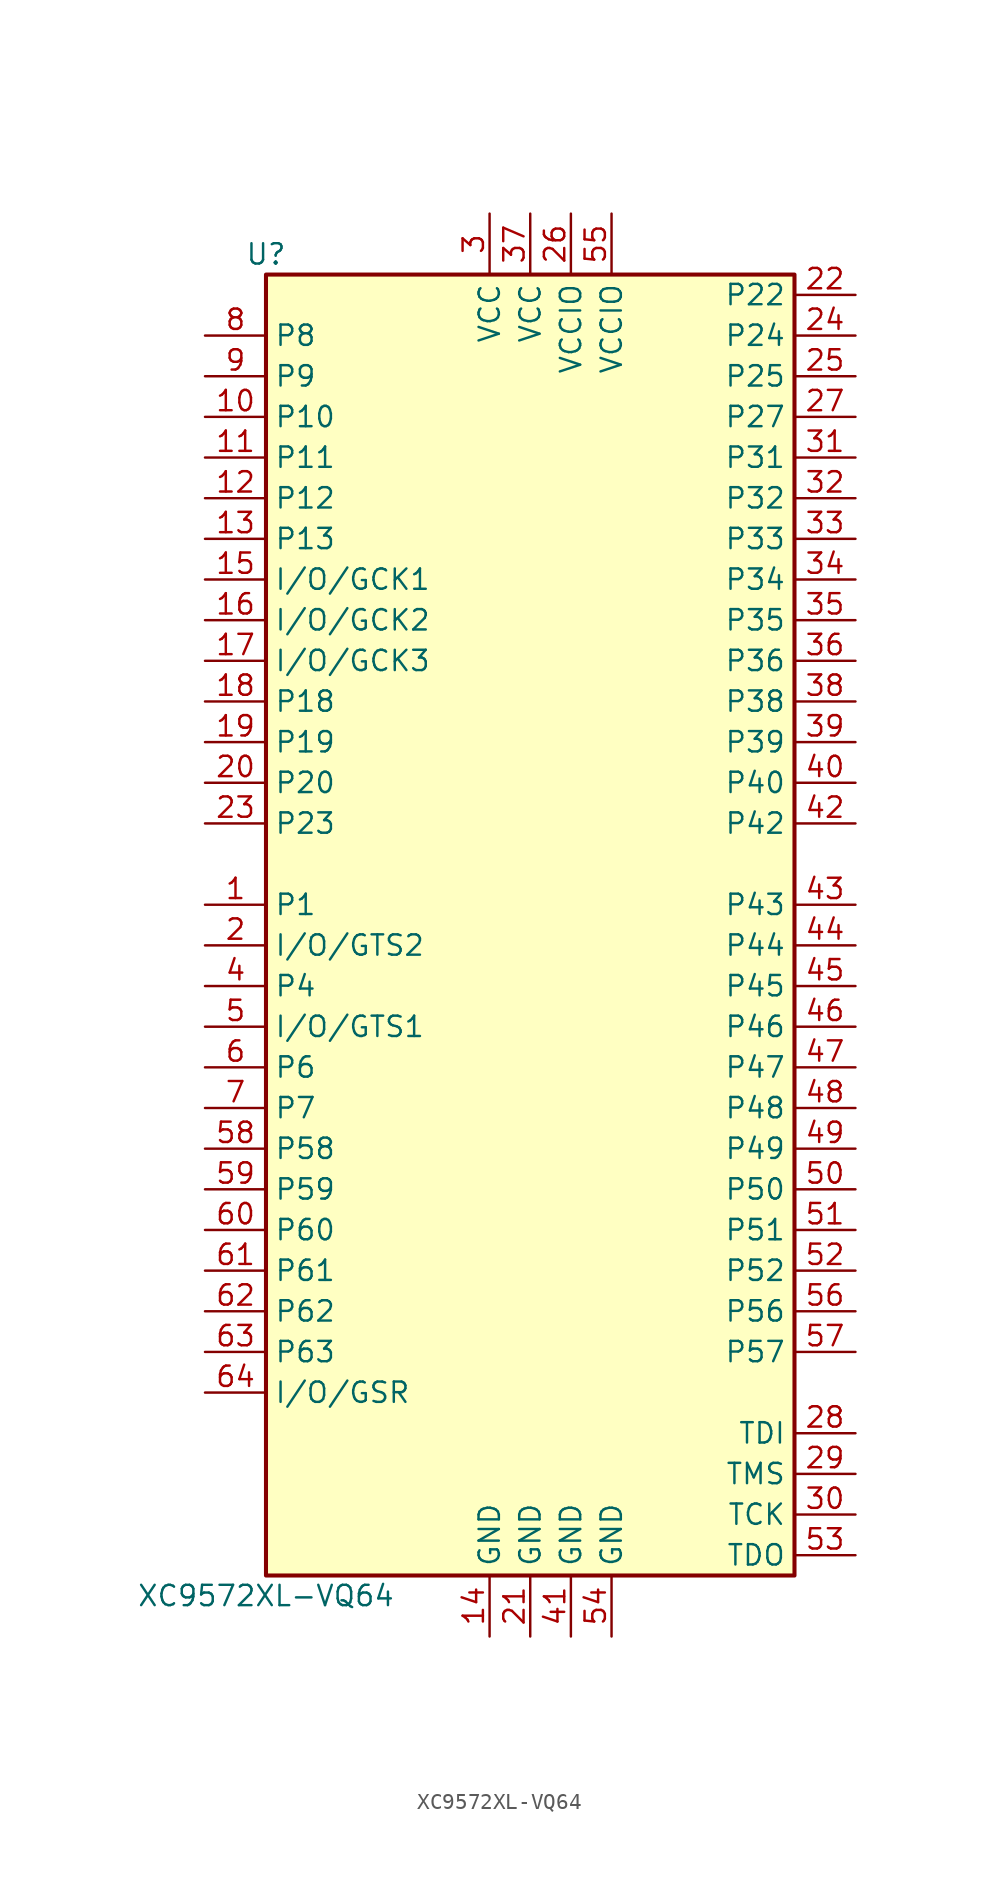
<source format=kicad_sym>
(kicad_symbol_lib
  (version 20201005)
  (generator kicad_symbol_editor)
  (symbol "XC9572XL-VQ64"
    (property "Reference" "U"
      (at -16.51 40.64 0)
      (effects (font (size 1.27 1.27))))
    (property "Value" "XC9572XL-VQ64"
      (at -16.51 -43.18 0)
      (effects (font (size 1.27 1.27))))
    (symbol "XC9572XL-VQ64_1_1"
      (rectangle (start -16.51 39.37) (end 16.51 -41.91) (stroke (width 0.254)) (fill (type background)))
      (pin bidirectional line (at -20.32 0 0) (length 3.81) (name "P1" (effects (font (size 1.27 1.27)))) (number "1" (effects (font (size 1.27 1.27)))))
      (pin bidirectional line (at -20.32 -2.54 0) (length 3.81) (name "I/O/GTS2" (effects (font (size 1.27 1.27)))) (number "2" (effects (font (size 1.27 1.27)))))
      (pin power_in line (at -2.54 43.18 270) (length 3.81) (name "VCC" (effects (font (size 1.27 1.27)))) (number "3" (effects (font (size 1.27 1.27)))))
      (pin bidirectional line (at -20.32 -5.08 0) (length 3.81) (name "P4" (effects (font (size 1.27 1.27)))) (number "4" (effects (font (size 1.27 1.27)))))
      (pin bidirectional line (at -20.32 -7.62 0) (length 3.81) (name "I/O/GTS1" (effects (font (size 1.27 1.27)))) (number "5" (effects (font (size 1.27 1.27)))))
      (pin bidirectional line (at -20.32 -10.16 0) (length 3.81) (name "P6" (effects (font (size 1.27 1.27)))) (number "6" (effects (font (size 1.27 1.27)))))
      (pin bidirectional line (at -20.32 -12.7 0) (length 3.81) (name "P7" (effects (font (size 1.27 1.27)))) (number "7" (effects (font (size 1.27 1.27)))))
      (pin bidirectional line (at -20.32 35.56 0) (length 3.81) (name "P8" (effects (font (size 1.27 1.27)))) (number "8" (effects (font (size 1.27 1.27)))))
      (pin bidirectional line (at -20.32 33.02 0) (length 3.81) (name "P9" (effects (font (size 1.27 1.27)))) (number "9" (effects (font (size 1.27 1.27)))))
      (pin bidirectional line (at -20.32 30.48 0) (length 3.81) (name "P10" (effects (font (size 1.27 1.27)))) (number "10" (effects (font (size 1.27 1.27)))))
      (pin bidirectional line (at -20.32 7.62 0) (length 3.81) (name "P20" (effects (font (size 1.27 1.27)))) (number "20" (effects (font (size 1.27 1.27)))))
      (pin input line (at 20.32 -38.1 180) (length 3.81) (name "TCK" (effects (font (size 1.27 1.27)))) (number "30" (effects (font (size 1.27 1.27)))))
      (pin bidirectional line (at 20.32 7.62 180) (length 3.81) (name "P40" (effects (font (size 1.27 1.27)))) (number "40" (effects (font (size 1.27 1.27)))))
      (pin bidirectional line (at 20.32 -17.78 180) (length 3.81) (name "P50" (effects (font (size 1.27 1.27)))) (number "50" (effects (font (size 1.27 1.27)))))
      (pin bidirectional line (at -20.32 -20.32 0) (length 3.81) (name "P60" (effects (font (size 1.27 1.27)))) (number "60" (effects (font (size 1.27 1.27)))))
      (pin bidirectional line (at -20.32 27.94 0) (length 3.81) (name "P11" (effects (font (size 1.27 1.27)))) (number "11" (effects (font (size 1.27 1.27)))))
      (pin power_in line (at 0 -45.72 90) (length 3.81) (name "GND" (effects (font (size 1.27 1.27)))) (number "21" (effects (font (size 1.27 1.27)))))
      (pin bidirectional line (at 20.32 27.94 180) (length 3.81) (name "P31" (effects (font (size 1.27 1.27)))) (number "31" (effects (font (size 1.27 1.27)))))
      (pin power_in line (at 2.54 -45.72 90) (length 3.81) (name "GND" (effects (font (size 1.27 1.27)))) (number "41" (effects (font (size 1.27 1.27)))))
      (pin bidirectional line (at 20.32 -20.32 180) (length 3.81) (name "P51" (effects (font (size 1.27 1.27)))) (number "51" (effects (font (size 1.27 1.27)))))
      (pin bidirectional line (at -20.32 -22.86 0) (length 3.81) (name "P61" (effects (font (size 1.27 1.27)))) (number "61" (effects (font (size 1.27 1.27)))))
      (pin bidirectional line (at -20.32 25.4 0) (length 3.81) (name "P12" (effects (font (size 1.27 1.27)))) (number "12" (effects (font (size 1.27 1.27)))))
      (pin bidirectional line (at 20.32 38.1 180) (length 3.81) (name "P22" (effects (font (size 1.27 1.27)))) (number "22" (effects (font (size 1.27 1.27)))))
      (pin bidirectional line (at 20.32 25.4 180) (length 3.81) (name "P32" (effects (font (size 1.27 1.27)))) (number "32" (effects (font (size 1.27 1.27)))))
      (pin bidirectional line (at 20.32 5.08 180) (length 3.81) (name "P42" (effects (font (size 1.27 1.27)))) (number "42" (effects (font (size 1.27 1.27)))))
      (pin bidirectional line (at 20.32 -22.86 180) (length 3.81) (name "P52" (effects (font (size 1.27 1.27)))) (number "52" (effects (font (size 1.27 1.27)))))
      (pin bidirectional line (at -20.32 -25.4 0) (length 3.81) (name "P62" (effects (font (size 1.27 1.27)))) (number "62" (effects (font (size 1.27 1.27)))))
      (pin bidirectional line (at -20.32 22.86 0) (length 3.81) (name "P13" (effects (font (size 1.27 1.27)))) (number "13" (effects (font (size 1.27 1.27)))))
      (pin bidirectional line (at -20.32 5.08 0) (length 3.81) (name "P23" (effects (font (size 1.27 1.27)))) (number "23" (effects (font (size 1.27 1.27)))))
      (pin bidirectional line (at 20.32 22.86 180) (length 3.81) (name "P33" (effects (font (size 1.27 1.27)))) (number "33" (effects (font (size 1.27 1.27)))))
      (pin bidirectional line (at 20.32 0 180) (length 3.81) (name "P43" (effects (font (size 1.27 1.27)))) (number "43" (effects (font (size 1.27 1.27)))))
      (pin output line (at 20.32 -40.64 180) (length 3.81) (name "TDO" (effects (font (size 1.27 1.27)))) (number "53" (effects (font (size 1.27 1.27)))))
      (pin bidirectional line (at -20.32 -27.94 0) (length 3.81) (name "P63" (effects (font (size 1.27 1.27)))) (number "63" (effects (font (size 1.27 1.27)))))
      (pin power_in line (at -2.54 -45.72 90) (length 3.81) (name "GND" (effects (font (size 1.27 1.27)))) (number "14" (effects (font (size 1.27 1.27)))))
      (pin bidirectional line (at 20.32 35.56 180) (length 3.81) (name "P24" (effects (font (size 1.27 1.27)))) (number "24" (effects (font (size 1.27 1.27)))))
      (pin bidirectional line (at 20.32 20.32 180) (length 3.81) (name "P34" (effects (font (size 1.27 1.27)))) (number "34" (effects (font (size 1.27 1.27)))))
      (pin bidirectional line (at 20.32 -2.54 180) (length 3.81) (name "P44" (effects (font (size 1.27 1.27)))) (number "44" (effects (font (size 1.27 1.27)))))
      (pin power_in line (at 5.08 -45.72 90) (length 3.81) (name "GND" (effects (font (size 1.27 1.27)))) (number "54" (effects (font (size 1.27 1.27)))))
      (pin bidirectional line (at -20.32 -30.48 0) (length 3.81) (name "I/O/GSR" (effects (font (size 1.27 1.27)))) (number "64" (effects (font (size 1.27 1.27)))))
      (pin bidirectional line (at -20.32 20.32 0) (length 3.81) (name "I/O/GCK1" (effects (font (size 1.27 1.27)))) (number "15" (effects (font (size 1.27 1.27)))))
      (pin bidirectional line (at 20.32 33.02 180) (length 3.81) (name "P25" (effects (font (size 1.27 1.27)))) (number "25" (effects (font (size 1.27 1.27)))))
      (pin bidirectional line (at 20.32 17.78 180) (length 3.81) (name "P35" (effects (font (size 1.27 1.27)))) (number "35" (effects (font (size 1.27 1.27)))))
      (pin bidirectional line (at 20.32 -5.08 180) (length 3.81) (name "P45" (effects (font (size 1.27 1.27)))) (number "45" (effects (font (size 1.27 1.27)))))
      (pin power_in line (at 5.08 43.18 270) (length 3.81) (name "VCCIO" (effects (font (size 1.27 1.27)))) (number "55" (effects (font (size 1.27 1.27)))))
      (pin bidirectional line (at -20.32 17.78 0) (length 3.81) (name "I/O/GCK2" (effects (font (size 1.27 1.27)))) (number "16" (effects (font (size 1.27 1.27)))))
      (pin power_in line (at 2.54 43.18 270) (length 3.81) (name "VCCIO" (effects (font (size 1.27 1.27)))) (number "26" (effects (font (size 1.27 1.27)))))
      (pin bidirectional line (at 20.32 15.24 180) (length 3.81) (name "P36" (effects (font (size 1.27 1.27)))) (number "36" (effects (font (size 1.27 1.27)))))
      (pin bidirectional line (at 20.32 -7.62 180) (length 3.81) (name "P46" (effects (font (size 1.27 1.27)))) (number "46" (effects (font (size 1.27 1.27)))))
      (pin bidirectional line (at 20.32 -25.4 180) (length 3.81) (name "P56" (effects (font (size 1.27 1.27)))) (number "56" (effects (font (size 1.27 1.27)))))
      (pin bidirectional line (at -20.32 15.24 0) (length 3.81) (name "I/O/GCK3" (effects (font (size 1.27 1.27)))) (number "17" (effects (font (size 1.27 1.27)))))
      (pin bidirectional line (at 20.32 30.48 180) (length 3.81) (name "P27" (effects (font (size 1.27 1.27)))) (number "27" (effects (font (size 1.27 1.27)))))
      (pin power_in line (at 0 43.18 270) (length 3.81) (name "VCC" (effects (font (size 1.27 1.27)))) (number "37" (effects (font (size 1.27 1.27)))))
      (pin bidirectional line (at 20.32 -10.16 180) (length 3.81) (name "P47" (effects (font (size 1.27 1.27)))) (number "47" (effects (font (size 1.27 1.27)))))
      (pin bidirectional line (at 20.32 -27.94 180) (length 3.81) (name "P57" (effects (font (size 1.27 1.27)))) (number "57" (effects (font (size 1.27 1.27)))))
      (pin bidirectional line (at -20.32 12.7 0) (length 3.81) (name "P18" (effects (font (size 1.27 1.27)))) (number "18" (effects (font (size 1.27 1.27)))))
      (pin input line (at 20.32 -33.02 180) (length 3.81) (name "TDI" (effects (font (size 1.27 1.27)))) (number "28" (effects (font (size 1.27 1.27)))))
      (pin bidirectional line (at 20.32 12.7 180) (length 3.81) (name "P38" (effects (font (size 1.27 1.27)))) (number "38" (effects (font (size 1.27 1.27)))))
      (pin bidirectional line (at 20.32 -12.7 180) (length 3.81) (name "P48" (effects (font (size 1.27 1.27)))) (number "48" (effects (font (size 1.27 1.27)))))
      (pin bidirectional line (at -20.32 -15.24 0) (length 3.81) (name "P58" (effects (font (size 1.27 1.27)))) (number "58" (effects (font (size 1.27 1.27)))))
      (pin bidirectional line (at -20.32 10.16 0) (length 3.81) (name "P19" (effects (font (size 1.27 1.27)))) (number "19" (effects (font (size 1.27 1.27)))))
      (pin input line (at 20.32 -35.56 180) (length 3.81) (name "TMS" (effects (font (size 1.27 1.27)))) (number "29" (effects (font (size 1.27 1.27)))))
      (pin bidirectional line (at 20.32 10.16 180) (length 3.81) (name "P39" (effects (font (size 1.27 1.27)))) (number "39" (effects (font (size 1.27 1.27)))))
      (pin bidirectional line (at 20.32 -15.24 180) (length 3.81) (name "P49" (effects (font (size 1.27 1.27)))) (number "49" (effects (font (size 1.27 1.27)))))
      (pin bidirectional line (at -20.32 -17.78 0) (length 3.81) (name "P59" (effects (font (size 1.27 1.27)))) (number "59" (effects (font (size 1.27 1.27))))))))
</source>
